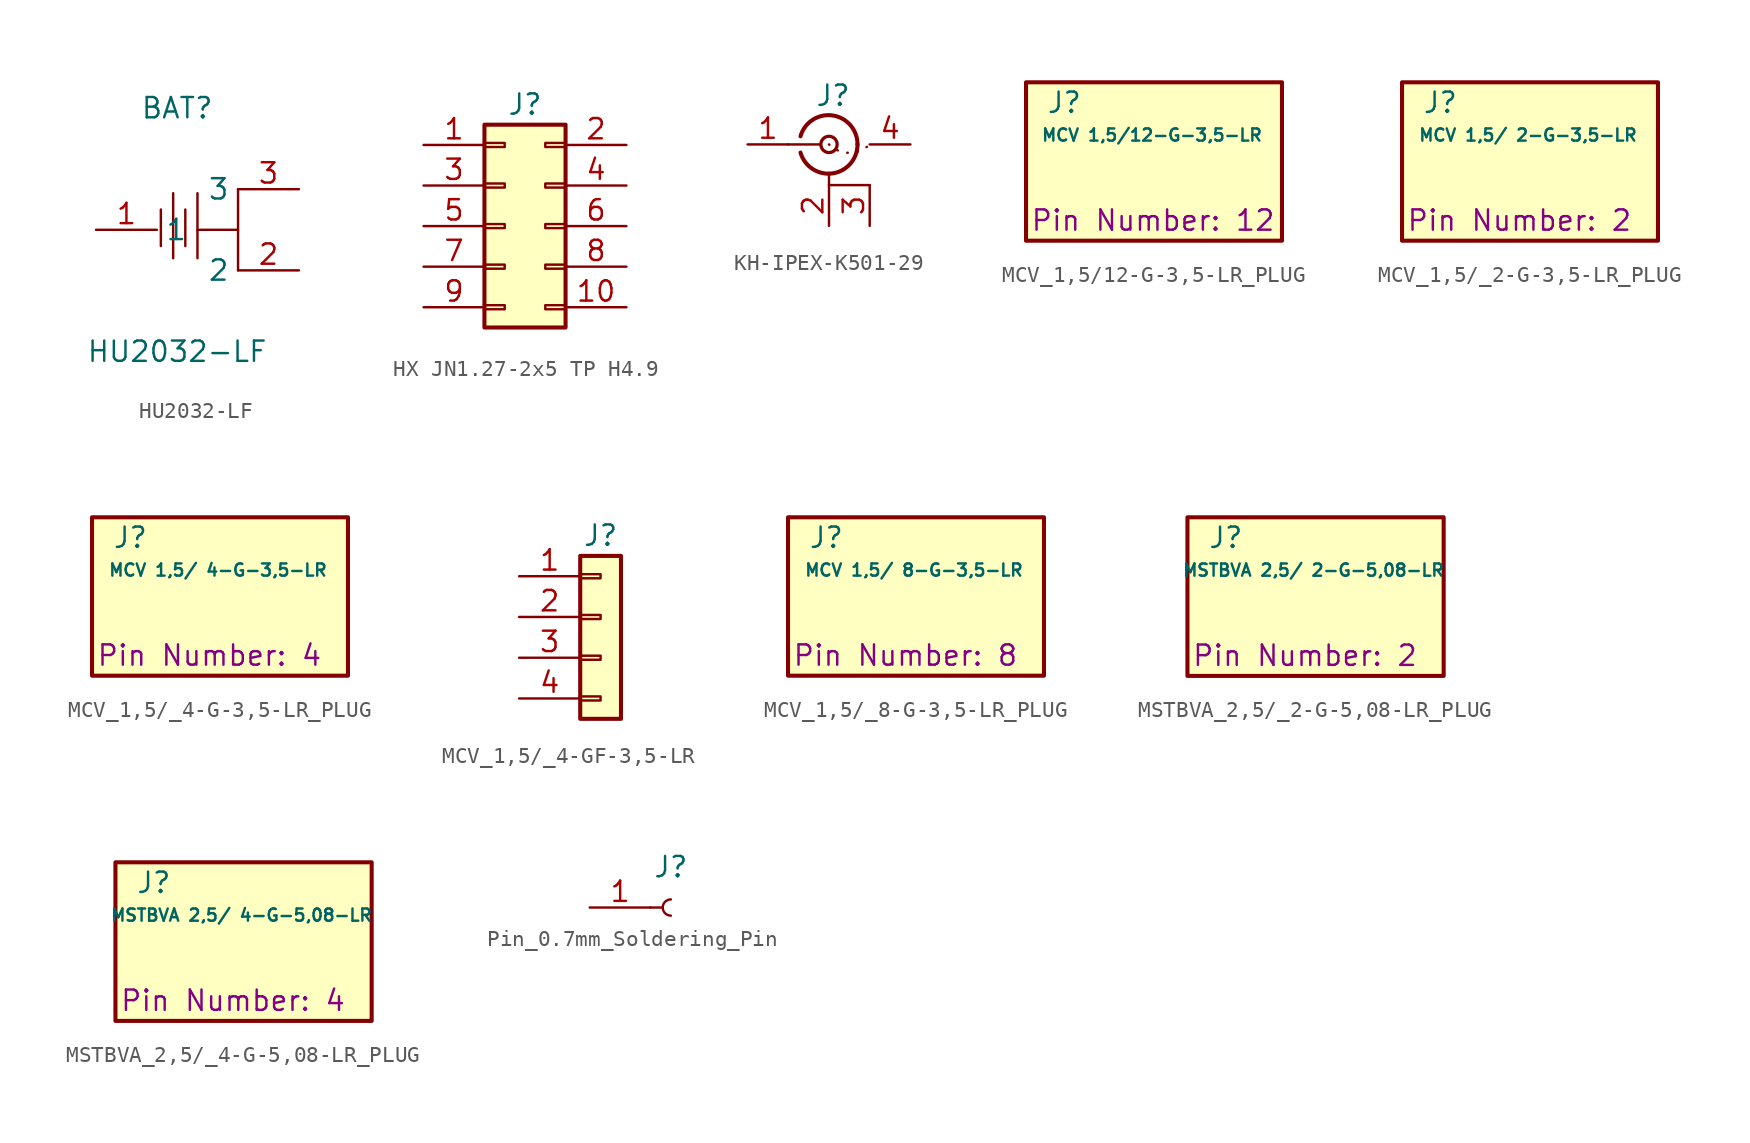
<source format=kicad_sym>
(kicad_symbol_lib
  (version 20211014)
  (symbol "HU2032-LF"
    (property "Reference" "BAT"
      (at 0 7.62 0)
      (effects (font (size 1.27 1.27))))
    (property "Value" "HU2032-LF"
      (at 0 -7.62 0)
      (effects (font (size 1.27 1.27))))
    (symbol "HU2032-LF_0_1"
      (polyline (pts (xy -1.02 1.27) (xy -1.02 -1.02)) (stroke (width 0) (type default)) (fill (type none)))
      (polyline (pts (xy -0.25 2.29) (xy -0.25 -1.78)) (stroke (width 0) (type default)) (fill (type none)))
      (polyline (pts (xy 0.51 1.27) (xy 0.51 -1.02)) (stroke (width 0) (type default)) (fill (type none)))
      (polyline (pts (xy 1.27 2.29) (xy 1.27 -1.78)) (stroke (width 0) (type default)) (fill (type none)))
      (polyline (pts (xy 3.81 2.54) (xy 3.81 -2.54)) (stroke (width 0) (type default)) (fill (type none)))
      (polyline (pts (xy 3.81 0) (xy 1.27 0)) (stroke (width 0) (type default)) (fill (type none)))
      (pin input line (at -5.08 0 0) (length 3.81) (name "1" (effects (font (size 1.27 1.27)))) (number "1" (effects (font (size 1.27 1.27)))))
      (pin input line (at 7.62 2.54 180) (length 3.81) (name "3" (effects (font (size 1.27 1.27)))) (number "3" (effects (font (size 1.27 1.27)))))
      (pin input line (at 7.62 -2.54 180) (length 3.81) (name "2" (effects (font (size 1.27 1.27)))) (number "2" (effects (font (size 1.27 1.27)))))))
  (symbol "HX JN1.27-2x5 TP H4.9"
    (pin_names
      (offset 1.016)
      (hide yes))
    (property "Reference" "J"
      (at 1.27 7.62 0)
      (effects (font (size 1.27 1.27))))
    (symbol "HX JN1.27-2x5 TP H4.9_1_1"
      (rectangle (start -1.27 6.35) (end 3.81 -6.35) (stroke (width 0.254) (type default)) (fill (type background)))
      (rectangle (start -1.27 5.207) (end 0 4.953) (stroke (width 0.152) (type default)) (fill (type none)))
      (rectangle (start -1.27 2.667) (end 0 2.413) (stroke (width 0.152) (type default)) (fill (type none)))
      (rectangle (start -1.27 0.127) (end 0 -0.127) (stroke (width 0.152) (type default)) (fill (type none)))
      (rectangle (start -1.27 -2.413) (end 0 -2.667) (stroke (width 0.152) (type default)) (fill (type none)))
      (rectangle (start -1.27 -4.953) (end 0 -5.207) (stroke (width 0.152) (type default)) (fill (type none)))
      (rectangle (start 3.81 5.207) (end 2.54 4.953) (stroke (width 0.152) (type default)) (fill (type none)))
      (rectangle (start 3.81 2.667) (end 2.54 2.413) (stroke (width 0.152) (type default)) (fill (type none)))
      (rectangle (start 3.81 0.127) (end 2.54 -0.127) (stroke (width 0.152) (type default)) (fill (type none)))
      (rectangle (start 3.81 -2.413) (end 2.54 -2.667) (stroke (width 0.152) (type default)) (fill (type none)))
      (rectangle (start 3.81 -4.953) (end 2.54 -5.207) (stroke (width 0.152) (type default)) (fill (type none)))
      (pin passive line (at -5.08 5.08 0) (length 3.81) (name "Pin_1" (effects (font (size 1.27 1.27)))) (number "1" (effects (font (size 1.27 1.27)))))
      (pin passive line (at -5.08 2.54 0) (length 3.81) (name "Pin_3" (effects (font (size 1.27 1.27)))) (number "3" (effects (font (size 1.27 1.27)))))
      (pin passive line (at -5.08 0 0) (length 3.81) (name "Pin_5" (effects (font (size 1.27 1.27)))) (number "5" (effects (font (size 1.27 1.27)))))
      (pin passive line (at -5.08 -2.54 0) (length 3.81) (name "Pin_7" (effects (font (size 1.27 1.27)))) (number "7" (effects (font (size 1.27 1.27)))))
      (pin passive line (at -5.08 -5.08 0) (length 3.81) (name "Pin_9" (effects (font (size 1.27 1.27)))) (number "9" (effects (font (size 1.27 1.27)))))
      (pin passive line (at 7.62 5.08 180) (length 3.81) (name "Pin_2" (effects (font (size 1.27 1.27)))) (number "2" (effects (font (size 1.27 1.27)))))
      (pin passive line (at 7.62 2.54 180) (length 3.81) (name "Pin_4" (effects (font (size 1.27 1.27)))) (number "4" (effects (font (size 1.27 1.27)))))
      (pin passive line (at 7.62 0 180) (length 3.81) (name "Pin_6" (effects (font (size 1.27 1.27)))) (number "6" (effects (font (size 1.27 1.27)))))
      (pin passive line (at 7.62 -2.54 180) (length 3.81) (name "Pin_8" (effects (font (size 1.27 1.27)))) (number "8" (effects (font (size 1.27 1.27)))))
      (pin passive line (at 7.62 -5.08 180) (length 3.81) (name "Pin_10" (effects (font (size 1.27 1.27)))) (number "10" (effects (font (size 1.27 1.27)))))))
  (symbol "KH-IPEX-K501-29"
    (pin_names
      (offset 1.016)
      (hide yes))
    (property "Reference" "J"
      (at 0.254 3.048 0)
      (effects (font (size 1.27 1.27))))
    (symbol "KH-IPEX-K501-29_0_1"
      (polyline (pts (xy -2.54 0) (xy -0.508 0)) (stroke (width 0) (type default)) (fill (type none)))
      (arc (start 1.778 0) (mid 0.222 -1.8079) (end -1.778 -0.508) (stroke (width 0.254) (type default)) (fill (type none)))
      (arc (start -1.778 0.508) (mid 0.2221 1.8084) (end 1.778 0) (stroke (width 0.254) (type default)) (fill (type none)))
      (circle (center 0 0) (radius 0.508) (stroke (width 0.203) (type default)) (fill (type none)))
      (polyline (pts (xy 0 -2.54) (xy 0 -1.778)) (stroke (width 0) (type default)) (fill (type none)))
      (polyline (pts (xy 2.54 -2.54) (xy 0 -2.54)) (stroke (width 0) (type default)) (fill (type none))))
    (symbol "KH-IPEX-K501-29_1_1"
      (arc (start 2.54 0) (mid 1.27 -0.5261) (end 0 0) (stroke (width 0) (type dot)) (fill (type none)))
      (pin passive line (at -5.08 0 0) (length 2.54) (name "In" (effects (font (size 1.27 1.27)))) (number "1" (effects (font (size 1.27 1.27)))))
      (pin passive line (at 0 -5.08 90) (length 2.54) (name "Ext" (effects (font (size 1.27 1.27)))) (number "2" (effects (font (size 1.27 1.27)))))
      (pin passive line (at 2.54 -5.08 90) (length 2.54) (name "Ext" (effects (font (size 1.27 1.27)))) (number "3" (effects (font (size 1.27 1.27)))))
      (pin passive line (at 5.08 0 180) (length 2.54) (name "PT" (effects (font (size 1.27 1.27)))) (number "4" (effects (font (size 1.27 1.27)))))))
  (symbol "MCV_1,5/12-G-3,5-LR_PLUG"
    (pin_numbers
      (hide yes))
    (pin_names
      (offset 1.016)
      (hide yes))
    (property "Reference" "J"
      (at -6.35 3.81 0)
      (effects (font (size 1.27 1.27)) (justify left)))
    (property "Value" "MCV 1,5/12-G-3,5-LR"
      (at 0.254 1.778 0)
      (effects (font (size 0.762 0.762))))
    (property "Pin Number" "12"
      (at -7.366 -3.556 0)
      (show_name yes)
      (effects (font (size 1.27 1.27)) (justify left)))
    (symbol "MCV_1,5/12-G-3,5-LR_PLUG_0_1"
      (rectangle (start -7.62 5.08) (end 8.382 -4.826) (stroke (width 0.254) (type default)) (fill (type background)))))
  (symbol "MCV_1,5/_2-G-3,5-LR_PLUG"
    (pin_numbers
      (hide yes))
    (pin_names
      (offset 1.016)
      (hide yes))
    (property "Reference" "J"
      (at -6.35 3.81 0)
      (effects (font (size 1.27 1.27)) (justify left)))
    (property "Value" "MCV 1,5/ 2-G-3,5-LR"
      (at 0.254 1.778 0)
      (effects (font (size 0.762 0.762))))
    (property "Pin Number" "2"
      (at -7.366 -3.556 0)
      (show_name yes)
      (effects (font (size 1.27 1.27)) (justify left)))
    (symbol "MCV_1,5/_2-G-3,5-LR_PLUG_0_1"
      (rectangle (start -7.62 5.08) (end 8.382 -4.826) (stroke (width 0.254) (type default)) (fill (type background)))))
  (symbol "MCV_1,5/_4-G-3,5-LR_PLUG"
    (pin_numbers
      (hide yes))
    (pin_names
      (offset 1.016)
      (hide yes))
    (property "Reference" "J"
      (at -6.35 3.81 0)
      (effects (font (size 1.27 1.27)) (justify left)))
    (property "Value" "MCV 1,5/ 4-G-3,5-LR"
      (at 0.254 1.778 0)
      (effects (font (size 0.762 0.762))))
    (property "Pin Number" "4"
      (at -7.366 -3.556 0)
      (show_name yes)
      (effects (font (size 1.27 1.27)) (justify left)))
    (symbol "MCV_1,5/_4-G-3,5-LR_PLUG_0_1"
      (rectangle (start -7.62 5.08) (end 8.382 -4.826) (stroke (width 0.254) (type default)) (fill (type background)))))
  (symbol "MCV_1,5/_4-GF-3,5-LR"
    (pin_names
      (offset 0)
      (hide yes))
    (property "Reference" "J"
      (at 0 5.08 0)
      (effects (font (size 1.27 1.27))))
    (symbol "MCV_1,5/_4-GF-3,5-LR_1_1"
      (rectangle (start -1.27 3.81) (end 1.27 -6.35) (stroke (width 0.254) (type default)) (fill (type background)))
      (rectangle (start -1.27 2.667) (end 0 2.413) (stroke (width 0.152) (type default)) (fill (type none)))
      (rectangle (start -1.27 0.127) (end 0 -0.127) (stroke (width 0.152) (type default)) (fill (type none)))
      (rectangle (start -1.27 -2.413) (end 0 -2.667) (stroke (width 0.152) (type default)) (fill (type none)))
      (rectangle (start -1.27 -4.953) (end 0 -5.207) (stroke (width 0.152) (type default)) (fill (type none)))
      (pin passive line (at -5.08 2.54 0) (length 3.81) (name "Pin_1" (effects (font (size 1.27 1.27)))) (number "1" (effects (font (size 1.27 1.27)))))
      (pin passive line (at -5.08 0 0) (length 3.81) (name "Pin_2" (effects (font (size 1.27 1.27)))) (number "2" (effects (font (size 1.27 1.27)))))
      (pin passive line (at -5.08 -2.54 0) (length 3.81) (name "Pin_3" (effects (font (size 1.27 1.27)))) (number "3" (effects (font (size 1.27 1.27)))))
      (pin passive line (at -5.08 -5.08 0) (length 3.81) (name "Pin_4" (effects (font (size 1.27 1.27)))) (number "4" (effects (font (size 1.27 1.27)))))))
  (symbol "MCV_1,5/_8-G-3,5-LR_PLUG"
    (pin_numbers
      (hide yes))
    (pin_names
      (offset 1.016)
      (hide yes))
    (property "Reference" "J"
      (at -6.35 3.81 0)
      (effects (font (size 1.27 1.27)) (justify left)))
    (property "Value" "MCV 1,5/ 8-G-3,5-LR"
      (at 0.254 1.778 0)
      (effects (font (size 0.762 0.762))))
    (property "Pin Number" "8"
      (at -7.366 -3.556 0)
      (show_name yes)
      (effects (font (size 1.27 1.27)) (justify left)))
    (symbol "MCV_1,5/_8-G-3,5-LR_PLUG_0_1"
      (rectangle (start -7.62 5.08) (end 8.382 -4.826) (stroke (width 0.254) (type default)) (fill (type background)))))
  (symbol "MSTBVA_2,5/_2-G-5,08-LR_PLUG"
    (pin_numbers
      (hide yes))
    (pin_names
      (offset 1.016)
      (hide yes))
    (property "Reference" "J"
      (at -6.35 3.81 0)
      (effects (font (size 1.27 1.27)) (justify left)))
    (property "Value" "MSTBVA 2,5/ 2-G-5,08-LR"
      (at 0.254 1.778 0)
      (effects (font (size 0.762 0.762))))
    (property "Pin Number" "2"
      (at -7.366 -3.556 0)
      (show_name yes)
      (effects (font (size 1.27 1.27)) (justify left)))
    (symbol "MSTBVA_2,5/_2-G-5,08-LR_PLUG_0_1"
      (rectangle (start -7.62 5.08) (end 8.382 -4.826) (stroke (width 0.254) (type default)) (fill (type background)))))
  (symbol "MSTBVA_2,5/_4-G-5,08-LR_PLUG"
    (pin_numbers
      (hide yes))
    (pin_names
      (offset 1.016)
      (hide yes))
    (property "Reference" "J"
      (at -6.35 3.81 0)
      (effects (font (size 1.27 1.27)) (justify left)))
    (property "Value" "MSTBVA 2,5/ 4-G-5,08-LR"
      (at 0.254 1.778 0)
      (effects (font (size 0.762 0.762))))
    (property "Pin Number" "4"
      (at -7.366 -3.556 0)
      (show_name yes)
      (effects (font (size 1.27 1.27)) (justify left)))
    (symbol "MSTBVA_2,5/_4-G-5,08-LR_PLUG_0_1"
      (rectangle (start -7.62 5.08) (end 8.382 -4.826) (stroke (width 0.254) (type default)) (fill (type background)))))
  (symbol "Pin_0.7mm_Soldering_Pin"
    (pin_names
      (offset 1.016)
      (hide yes))
    (property "Reference" "J"
      (at 0 2.54 0)
      (effects (font (size 1.27 1.27))))
    (property "ki_locked" ""
      (at 0 0 0)
      (effects (font (size 1.27 1.27))))
    (symbol "Pin_0.7mm_Soldering_Pin_1_1"
      (polyline (pts (xy -1.27 0) (xy -0.508 0)) (stroke (width 0.152) (type default)) (fill (type none)))
      (arc (start 0 -0.508) (mid -0.5058 0) (end 0 0.508) (stroke (width 0.1524) (type default)) (fill (type none)))
      (pin passive line (at -5.08 0 0) (length 3.81) (name "Pin_1" (effects (font (size 1.27 1.27)))) (number "1" (effects (font (size 1.27 1.27))))))))
</source>
